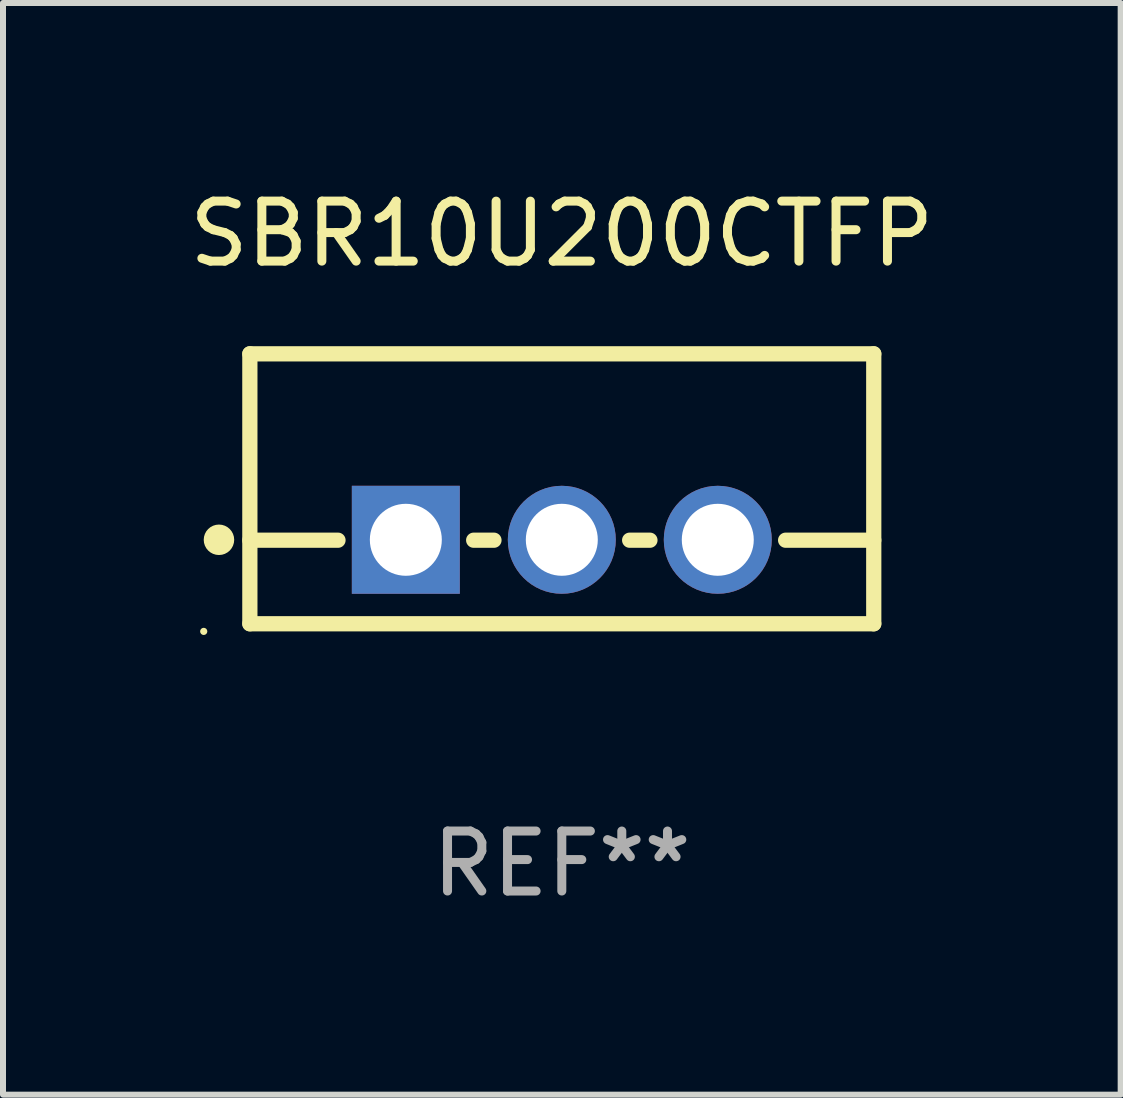
<source format=kicad_pcb>
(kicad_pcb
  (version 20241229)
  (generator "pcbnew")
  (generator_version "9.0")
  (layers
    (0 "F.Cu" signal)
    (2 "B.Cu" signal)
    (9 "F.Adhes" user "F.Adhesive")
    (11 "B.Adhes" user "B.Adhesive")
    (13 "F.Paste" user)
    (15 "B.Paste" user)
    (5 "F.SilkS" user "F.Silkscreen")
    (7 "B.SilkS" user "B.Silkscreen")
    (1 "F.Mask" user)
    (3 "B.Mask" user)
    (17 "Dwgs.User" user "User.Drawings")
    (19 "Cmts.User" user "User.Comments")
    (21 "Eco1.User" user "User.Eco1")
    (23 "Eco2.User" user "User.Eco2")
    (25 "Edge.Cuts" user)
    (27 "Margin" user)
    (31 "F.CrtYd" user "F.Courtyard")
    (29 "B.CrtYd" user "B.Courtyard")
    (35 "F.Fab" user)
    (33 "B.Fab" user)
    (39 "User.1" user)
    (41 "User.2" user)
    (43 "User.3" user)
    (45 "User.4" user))
  (footprint "SBR10U200CTFP"
    (layer "F.Cu")
    (at 6.315 5.098)
    (property "Reference" "SBR10U200CTFP" (at 0 -4.25 0) (layer "F.SilkS") (effects (font (size 1 1) (thickness 0.15))))
    (attr through_hole)
    (fp_line (start -5.2 -2.25) (end -5.2 2.25) (stroke (width 0.254) (type solid)) (layer "F.SilkS"))
    (fp_line (start -5.2 -2.25) (end 5.2 -2.25) (stroke (width 0.254) (type solid)) (layer "F.SilkS"))
    (fp_line (start -5.2 0.857) (end -3.731 0.857) (stroke (width 0.254) (type solid)) (layer "F.SilkS"))
    (fp_line (start -5.2 2.25) (end 5.2 2.25) (stroke (width 0.254) (type solid)) (layer "F.SilkS"))
    (fp_line (start -1.469 0.857) (end -1.131 0.857) (stroke (width 0.254) (type solid)) (layer "F.SilkS"))
    (fp_line (start 1.131 0.857) (end 1.469 0.857) (stroke (width 0.254) (type solid)) (layer "F.SilkS"))
    (fp_line (start 3.731 0.857) (end 5.2 0.857) (stroke (width 0.254) (type solid)) (layer "F.SilkS"))
    (fp_line (start 5.2 -2.25) (end 5.2 2.25) (stroke (width 0.254) (type solid)) (layer "F.SilkS"))
    (fp_circle (center -5.969 2.377) (end -5.939 2.377) (stroke (width 0.06) (type solid)) (fill no) (layer "F.SilkS"))
    (fp_circle (center -5.715 0.85) (end -5.588 0.85) (stroke (width 0.254) (type solid)) (fill no) (layer "F.SilkS"))
    (fp_text user "REF**" (at 0 6.25 0) (layer "F.Fab") (effects (font (size 1 1) (thickness 0.15))))
    (pad "1" thru_hole rect (at -2.6 0.85) (size 1.8 1.8) (drill 1.2) (layers "*.Cu" "*.Mask"))
    (pad "2" thru_hole circle (at 0 0.85) (size 1.8 1.8) (drill 1.2) (layers "*.Cu" "*.Mask"))
    (pad "3" thru_hole circle (at 2.6 0.85) (size 1.8 1.8) (drill 1.2) (layers "*.Cu" "*.Mask")))
  (gr_rect
    (start -3 -3)
    (end 15.631 15.197)
    (stroke (width 0.1) (type default))
    (fill no)
    (layer "Edge.Cuts")))
</source>
